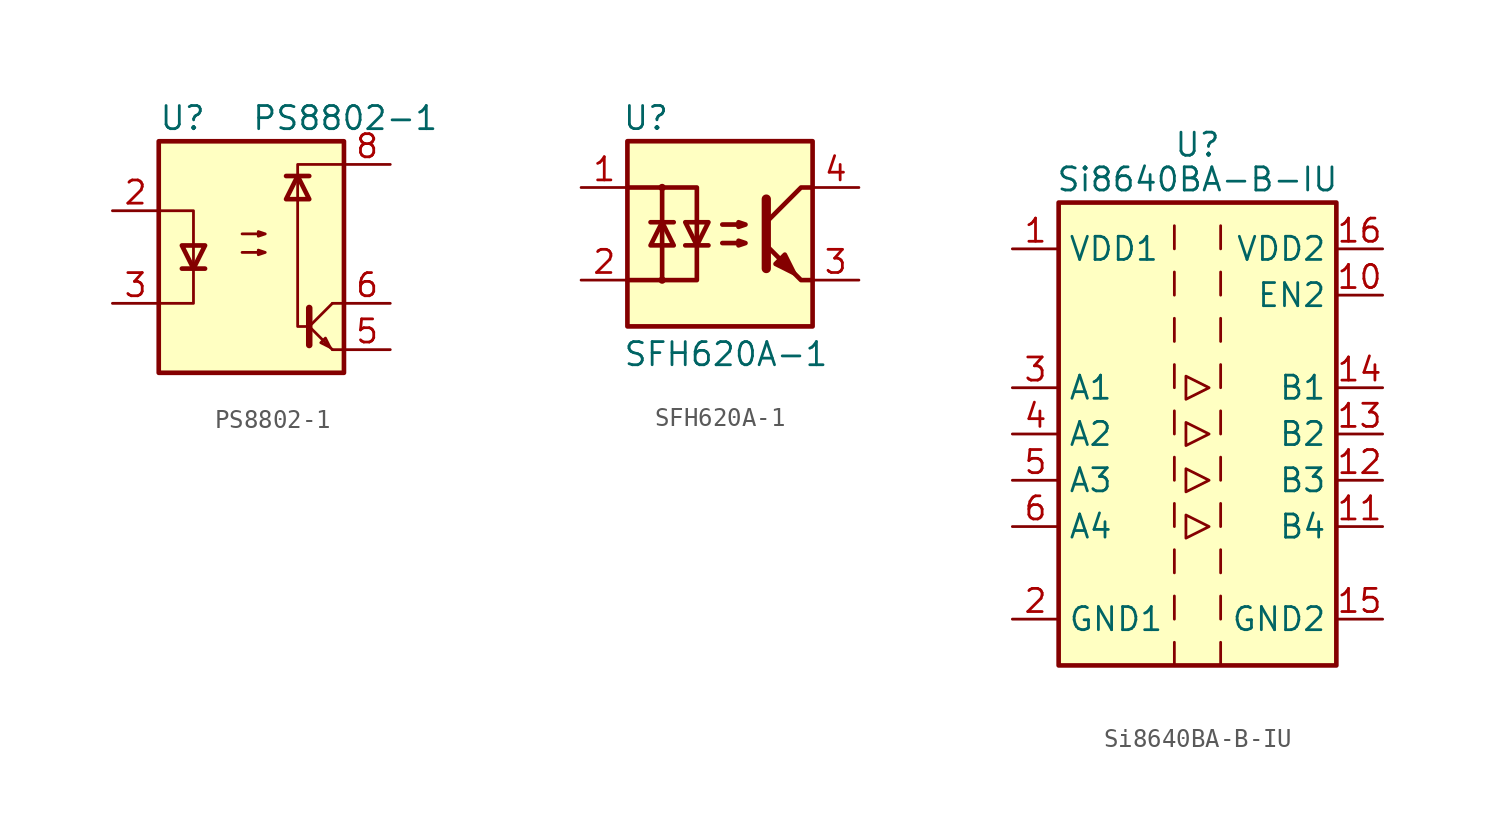
<source format=kicad_sym>
(kicad_symbol_lib
  (version 20200908)
  (generator kicad_symbol_editor)
  (symbol "Isolator:PS8802-1"
    (pin_names hide)
    (property "Reference" "U"
      (at -5.08 7.62 0)
      (effects (font (size 1.27 1.27)) (justify left)))
    (property "Value" "PS8802-1"
      (at 0 7.62 0)
      (effects (font (size 1.27 1.27)) (justify left)))
    (symbol "PS8802-1_0_1"
      (rectangle (start -5.08 6.35) (end 5.08 -6.35) (stroke (width 0.254)) (fill (type background)))
      (polyline (pts (xy -3.81 -0.635) (xy -2.54 -0.635)) (stroke (width 0.254)) (fill (type none)))
      (polyline (pts (xy 1.905 4.445) (xy 3.175 4.445)) (stroke (width 0.254)) (fill (type none)))
      (polyline (pts (xy 3.175 -2.794) (xy 3.175 -4.826)) (stroke (width 0.356)) (fill (type none)))
      (polyline (pts (xy 3.302 -3.937) (xy 4.445 -5.08)) (stroke (width 0)) (fill (type none)))
      (polyline (pts (xy 3.302 -3.683) (xy 4.445 -2.54)) (stroke (width 0)) (fill (type none)))
      (polyline (pts (xy 5.08 -5.08) (xy 4.445 -5.08)) (stroke (width 0)) (fill (type none)))
      (polyline (pts (xy 5.08 -2.54) (xy 4.445 -2.54)) (stroke (width 0)) (fill (type none)))
      (polyline (pts (xy -5.08 2.54) (xy -3.175 2.54) (xy -3.175 -2.54) (xy -5.08 -2.54)) (stroke (width 0)) (fill (type none)))
      (polyline (pts (xy -3.175 -0.635) (xy -3.81 0.635) (xy -2.54 0.635) (xy -3.175 -0.635)) (stroke (width 0.254)) (fill (type none)))
      (polyline (pts (xy 2.54 4.445) (xy 1.905 3.175) (xy 3.175 3.175) (xy 2.54 4.445)) (stroke (width 0.254)) (fill (type none)))
      (polyline (pts (xy 4.318 -4.953) (xy 4.064 -4.445) (xy 3.81 -4.699) (xy 4.318 -4.953)) (stroke (width 0)) (fill (type none)))
      (polyline (pts (xy -0.508 0.254) (xy 0.762 0.254) (xy 0.381 0.127) (xy 0.381 0.381) (xy 0.762 0.254)) (stroke (width 0)) (fill (type none)))
      (polyline (pts (xy -0.508 1.27) (xy 0.762 1.27) (xy 0.381 1.143) (xy 0.381 1.397) (xy 0.762 1.27)) (stroke (width 0)) (fill (type none)))
      (polyline (pts (xy 5.08 5.08) (xy 2.54 5.08) (xy 2.54 1.905) (xy 2.54 -3.81) (xy 3.175 -3.81)) (stroke (width 0)) (fill (type none))))
    (symbol "PS8802-1_1_1"
      (pin unconnected line (at -5.08 5.08 0) (length 2.54) hide (name "NC" (effects (font (size 1.27 1.27)))) (number "1" (effects (font (size 1.27 1.27)))))
      (pin passive line (at -7.62 2.54 0) (length 2.54) (name "A" (effects (font (size 1.27 1.27)))) (number "2" (effects (font (size 1.27 1.27)))))
      (pin passive line (at -7.62 -2.54 0) (length 2.54) (name "C" (effects (font (size 1.27 1.27)))) (number "3" (effects (font (size 1.27 1.27)))))
      (pin unconnected line (at -5.08 -5.08 0) (length 2.54) hide (name "NC" (effects (font (size 1.27 1.27)))) (number "4" (effects (font (size 1.27 1.27)))))
      (pin passive line (at 7.62 -5.08 180) (length 2.54) (name "GND" (effects (font (size 1.27 1.27)))) (number "5" (effects (font (size 1.27 1.27)))))
      (pin passive line (at 7.62 -2.54 180) (length 2.54) (name "VO" (effects (font (size 1.27 1.27)))) (number "6" (effects (font (size 1.27 1.27)))))
      (pin unconnected line (at 5.08 2.54 180) (length 2.54) hide (name "NC" (effects (font (size 1.27 1.27)))) (number "7" (effects (font (size 1.27 1.27)))))
      (pin passive line (at 7.62 5.08 180) (length 2.54) (name "VCC" (effects (font (size 1.27 1.27)))) (number "8" (effects (font (size 1.27 1.27)))))))
  (symbol "Isolator:SFH620A-1"
    (pin_names
      (offset 1.016))
    (property "Reference" "U"
      (at -4.064 6.35 0)
      (effects (font (size 1.27 1.27))))
    (property "Value" "SFH620A-1"
      (at -5.334 -6.604 0)
      (effects (font (size 1.27 1.27)) (justify left)))
    (symbol "SFH620A-1_1_1"
      (circle (center -3.175 -2.54) (radius 0.127) (stroke (width 0)) (fill (type none)))
      (circle (center -3.175 2.54) (radius 0.127) (stroke (width 0)) (fill (type none)))
      (polyline (pts (xy -3.81 0.635) (xy -2.54 0.635)) (stroke (width 0.254)) (fill (type none)))
      (polyline (pts (xy -1.905 -0.635) (xy -0.635 -0.635)) (stroke (width 0.254)) (fill (type none)))
      (polyline (pts (xy 2.54 1.905) (xy 2.54 -1.905) (xy 2.54 -1.905)) (stroke (width 0.508)) (fill (type none)))
      (polyline (pts (xy 5.08 -2.54) (xy 4.445 -2.54) (xy 2.54 -0.635)) (stroke (width 0.254)) (fill (type none)))
      (polyline (pts (xy 5.08 2.54) (xy 4.445 2.54) (xy 2.54 0.635)) (stroke (width 0.254)) (fill (type none)))
      (polyline (pts (xy -5.08 2.54) (xy -3.175 2.54) (xy -3.175 -2.54) (xy -5.08 -2.54)) (stroke (width 0.254)) (fill (type none)))
      (polyline (pts (xy -3.175 -2.54) (xy -1.27 -2.54) (xy -1.27 2.54) (xy -3.175 2.54)) (stroke (width 0.254)) (fill (type none)))
      (polyline (pts (xy -3.175 0.635) (xy -3.81 -0.635) (xy -2.54 -0.635) (xy -3.175 0.635)) (stroke (width 0.254)) (fill (type none)))
      (polyline (pts (xy -1.27 -0.635) (xy -1.905 0.635) (xy -0.635 0.635) (xy -1.27 -0.635)) (stroke (width 0.254)) (fill (type none)))
      (polyline (pts (xy 0.127 -0.508) (xy 1.397 -0.508) (xy 1.016 -0.635) (xy 1.016 -0.381) (xy 1.397 -0.508)) (stroke (width 0.254)) (fill (type none)))
      (polyline (pts (xy 0.127 0.508) (xy 1.397 0.508) (xy 1.016 0.381) (xy 1.016 0.635) (xy 1.397 0.508)) (stroke (width 0.254)) (fill (type none)))
      (polyline (pts (xy 3.048 -1.651) (xy 3.556 -1.143) (xy 4.064 -2.159) (xy 3.048 -1.651) (xy 3.048 -1.651)) (stroke (width 0.254)) (fill (type outline)))
      (pin passive line (at -7.62 2.54 0) (length 2.54) (name "~" (effects (font (size 1.27 1.27)))) (number "1" (effects (font (size 1.27 1.27)))))
      (pin passive line (at -7.62 -2.54 0) (length 2.54) (name "~" (effects (font (size 1.27 1.27)))) (number "2" (effects (font (size 1.27 1.27)))))
      (pin passive line (at 7.62 -2.54 180) (length 2.54) (name "~" (effects (font (size 1.27 1.27)))) (number "3" (effects (font (size 1.27 1.27)))))
      (pin passive line (at 7.62 2.54 180) (length 2.54) (name "~" (effects (font (size 1.27 1.27)))) (number "4" (effects (font (size 1.27 1.27))))))
    (symbol "SFH620A-1_0_1"
      (rectangle (start -5.08 5.08) (end 5.08 -5.08) (stroke (width 0.254)) (fill (type background)))))
  (symbol "Isolator:Si8640BA-B-IU"
    (property "Reference" "U"
      (at 0 15.875 0)
      (effects (font (size 1.27 1.27))))
    (property "Value" "Si8640BA-B-IU"
      (at 0 13.97 0)
      (effects (font (size 1.27 1.27))))
    (symbol "Si8640BA-B-IU_0_1"
      (rectangle (start -7.62 12.7) (end 7.62 -12.7) (stroke (width 0.254)) (fill (type background)))
      (polyline (pts (xy -1.27 -11.43) (xy -1.27 -12.7)) (stroke (width 0)) (fill (type none)))
      (polyline (pts (xy -1.27 -8.89) (xy -1.27 -10.16)) (stroke (width 0)) (fill (type none)))
      (polyline (pts (xy -1.27 -6.35) (xy -1.27 -7.62)) (stroke (width 0)) (fill (type none)))
      (polyline (pts (xy -1.27 -3.81) (xy -1.27 -5.08)) (stroke (width 0)) (fill (type none)))
      (polyline (pts (xy -1.27 -1.27) (xy -1.27 -2.54)) (stroke (width 0)) (fill (type none)))
      (polyline (pts (xy -1.27 1.27) (xy -1.27 0)) (stroke (width 0)) (fill (type none)))
      (polyline (pts (xy -1.27 3.81) (xy -1.27 2.54)) (stroke (width 0)) (fill (type none)))
      (polyline (pts (xy -1.27 6.35) (xy -1.27 5.08)) (stroke (width 0)) (fill (type none)))
      (polyline (pts (xy -1.27 8.89) (xy -1.27 7.62)) (stroke (width 0)) (fill (type none)))
      (polyline (pts (xy -1.27 11.43) (xy -1.27 10.16)) (stroke (width 0)) (fill (type none)))
      (polyline (pts (xy 1.27 -11.43) (xy 1.27 -12.7)) (stroke (width 0)) (fill (type none)))
      (polyline (pts (xy 1.27 -8.89) (xy 1.27 -10.16)) (stroke (width 0)) (fill (type none)))
      (polyline (pts (xy 1.27 -6.35) (xy 1.27 -7.62)) (stroke (width 0)) (fill (type none)))
      (polyline (pts (xy 1.27 -3.81) (xy 1.27 -5.08)) (stroke (width 0)) (fill (type none)))
      (polyline (pts (xy 1.27 -1.27) (xy 1.27 -2.54)) (stroke (width 0)) (fill (type none)))
      (polyline (pts (xy 1.27 1.27) (xy 1.27 0)) (stroke (width 0)) (fill (type none)))
      (polyline (pts (xy 1.27 3.81) (xy 1.27 2.54)) (stroke (width 0)) (fill (type none)))
      (polyline (pts (xy 1.27 6.35) (xy 1.27 5.08)) (stroke (width 0)) (fill (type none)))
      (polyline (pts (xy 1.27 8.89) (xy 1.27 7.62)) (stroke (width 0)) (fill (type none)))
      (polyline (pts (xy 1.27 11.43) (xy 1.27 10.16)) (stroke (width 0)) (fill (type none)))
      (polyline (pts (xy -0.635 0.635) (xy -0.635 -0.635) (xy 0.635 0) (xy -0.635 0.635)) (stroke (width 0)) (fill (type none)))
      (polyline (pts (xy -0.635 3.175) (xy -0.635 1.905) (xy 0.635 2.54) (xy -0.635 3.175)) (stroke (width 0)) (fill (type none)))
      (polyline (pts (xy 0.635 -5.08) (xy -0.635 -4.445) (xy -0.635 -5.715) (xy 0.635 -5.08)) (stroke (width 0)) (fill (type none)))
      (polyline (pts (xy 0.635 -2.54) (xy -0.635 -1.905) (xy -0.635 -3.175) (xy 0.635 -2.54)) (stroke (width 0)) (fill (type none))))
    (symbol "Si8640BA-B-IU_1_1"
      (pin power_in line (at -10.16 10.16 0) (length 2.54) (name "VDD1" (effects (font (size 1.27 1.27)))) (number "1" (effects (font (size 1.27 1.27)))))
      (pin input line (at 10.16 7.62 180) (length 2.54) (name "EN2" (effects (font (size 1.27 1.27)))) (number "10" (effects (font (size 1.27 1.27)))))
      (pin output line (at 10.16 -5.08 180) (length 2.54) (name "B4" (effects (font (size 1.27 1.27)))) (number "11" (effects (font (size 1.27 1.27)))))
      (pin output line (at 10.16 -2.54 180) (length 2.54) (name "B3" (effects (font (size 1.27 1.27)))) (number "12" (effects (font (size 1.27 1.27)))))
      (pin output line (at 10.16 0 180) (length 2.54) (name "B2" (effects (font (size 1.27 1.27)))) (number "13" (effects (font (size 1.27 1.27)))))
      (pin output line (at 10.16 2.54 180) (length 2.54) (name "B1" (effects (font (size 1.27 1.27)))) (number "14" (effects (font (size 1.27 1.27)))))
      (pin power_in line (at 10.16 -10.16 180) (length 2.54) (name "GND2" (effects (font (size 1.27 1.27)))) (number "15" (effects (font (size 1.27 1.27)))))
      (pin power_in line (at 10.16 10.16 180) (length 2.54) (name "VDD2" (effects (font (size 1.27 1.27)))) (number "16" (effects (font (size 1.27 1.27)))))
      (pin power_in line (at -10.16 -10.16 0) (length 2.54) (name "GND1" (effects (font (size 1.27 1.27)))) (number "2" (effects (font (size 1.27 1.27)))))
      (pin input line (at -10.16 2.54 0) (length 2.54) (name "A1" (effects (font (size 1.27 1.27)))) (number "3" (effects (font (size 1.27 1.27)))))
      (pin input line (at -10.16 0 0) (length 2.54) (name "A2" (effects (font (size 1.27 1.27)))) (number "4" (effects (font (size 1.27 1.27)))))
      (pin input line (at -10.16 -2.54 0) (length 2.54) (name "A3" (effects (font (size 1.27 1.27)))) (number "5" (effects (font (size 1.27 1.27)))))
      (pin input line (at -10.16 -5.08 0) (length 2.54) (name "A4" (effects (font (size 1.27 1.27)))) (number "6" (effects (font (size 1.27 1.27)))))
      (pin unconnected line (at -7.62 7.62 0) (length 2.54) hide (name "NC" (effects (font (size 1.27 1.27)))) (number "7" (effects (font (size 1.27 1.27)))))
      (pin passive line (at -10.16 -10.16 0) (length 2.54) hide (name "GND1" (effects (font (size 1.27 1.27)))) (number "8" (effects (font (size 1.27 1.27)))))
      (pin passive line (at 10.16 -10.16 180) (length 2.54) hide (name "GND2" (effects (font (size 1.27 1.27)))) (number "9" (effects (font (size 1.27 1.27))))))))
</source>
